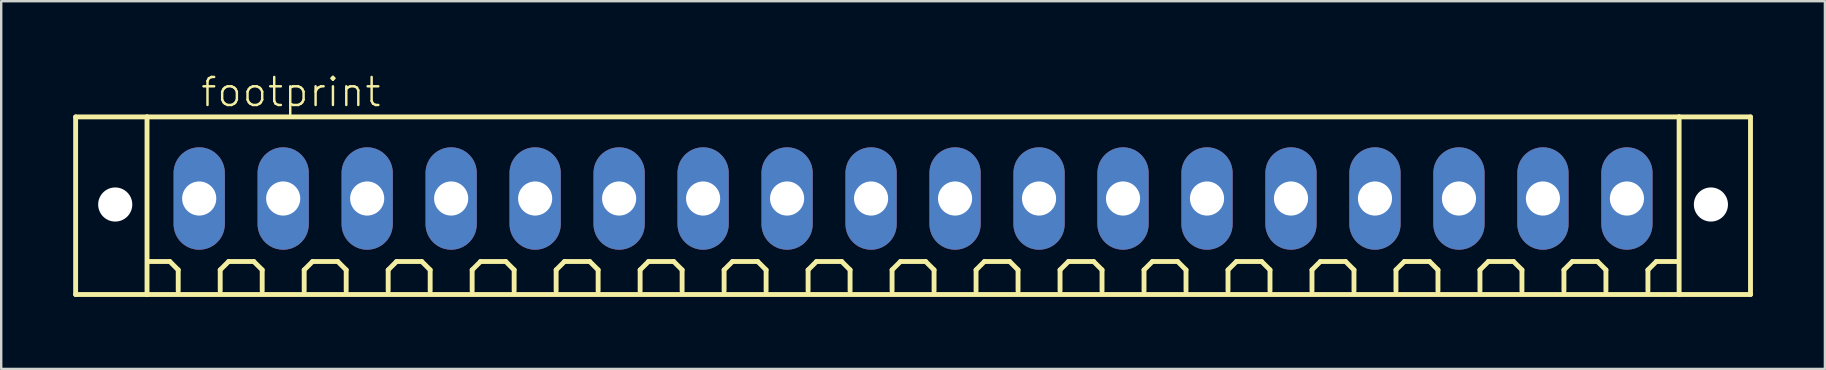
<source format=kicad_pcb>
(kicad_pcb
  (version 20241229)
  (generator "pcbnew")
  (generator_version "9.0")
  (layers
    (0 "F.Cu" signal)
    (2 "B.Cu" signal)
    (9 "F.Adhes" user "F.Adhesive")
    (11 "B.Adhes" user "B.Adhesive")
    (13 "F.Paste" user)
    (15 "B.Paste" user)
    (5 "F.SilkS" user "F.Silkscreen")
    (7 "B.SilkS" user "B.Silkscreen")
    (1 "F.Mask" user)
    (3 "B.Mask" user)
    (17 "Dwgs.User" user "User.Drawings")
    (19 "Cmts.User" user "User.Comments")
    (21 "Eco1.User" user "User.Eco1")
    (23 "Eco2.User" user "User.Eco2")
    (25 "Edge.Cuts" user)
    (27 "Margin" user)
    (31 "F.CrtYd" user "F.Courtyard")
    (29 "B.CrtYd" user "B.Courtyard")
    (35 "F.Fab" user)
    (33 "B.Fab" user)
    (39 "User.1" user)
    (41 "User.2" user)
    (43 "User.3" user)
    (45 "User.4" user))
  (footprint "footprint"
    (layer "F.Cu")
    (at 35.002 5.223)
    (property "Reference" "footprint" (at -29.75 -3.75 0) (layer "F.SilkS") (effects (font (size 1.168 1.168) (thickness 0.102)) (justify left bottom)))
    (fp_line (start -34.9 -3.4) (end -31.925 -3.4) (stroke (width 0.203) (type solid)) (layer "F.SilkS"))
    (fp_line (start -34.9 4) (end -34.9 -3.4) (stroke (width 0.203) (type solid)) (layer "F.SilkS"))
    (fp_line (start -31.925 -3.4) (end 31.925 -3.4) (stroke (width 0.203) (type solid)) (layer "F.SilkS"))
    (fp_line (start -31.925 4) (end -34.9 4) (stroke (width 0.203) (type solid)) (layer "F.SilkS"))
    (fp_line (start -31.925 4) (end -31.925 -3.4) (stroke (width 0.203) (type solid)) (layer "F.SilkS"))
    (fp_line (start -30.975 2.625) (end -31.85 2.625) (stroke (width 0.203) (type solid)) (layer "F.SilkS"))
    (fp_line (start -30.625 2.975) (end -30.975 2.625) (stroke (width 0.203) (type solid)) (layer "F.SilkS"))
    (fp_line (start -30.625 3.85) (end -30.625 2.975) (stroke (width 0.203) (type solid)) (layer "F.SilkS"))
    (fp_line (start -28.875 2.975) (end -28.525 2.625) (stroke (width 0.203) (type solid)) (layer "F.SilkS"))
    (fp_line (start -28.875 3.85) (end -28.875 2.975) (stroke (width 0.203) (type solid)) (layer "F.SilkS"))
    (fp_line (start -28.525 2.625) (end -27.475 2.625) (stroke (width 0.203) (type solid)) (layer "F.SilkS"))
    (fp_line (start -27.475 2.625) (end -27.125 2.975) (stroke (width 0.203) (type solid)) (layer "F.SilkS"))
    (fp_line (start -27.125 2.975) (end -27.125 3.85) (stroke (width 0.203) (type solid)) (layer "F.SilkS"))
    (fp_line (start -25.375 2.975) (end -25.025 2.625) (stroke (width 0.203) (type solid)) (layer "F.SilkS"))
    (fp_line (start -25.375 3.85) (end -25.375 2.975) (stroke (width 0.203) (type solid)) (layer "F.SilkS"))
    (fp_line (start -25.025 2.625) (end -23.975 2.625) (stroke (width 0.203) (type solid)) (layer "F.SilkS"))
    (fp_line (start -23.975 2.625) (end -23.625 2.975) (stroke (width 0.203) (type solid)) (layer "F.SilkS"))
    (fp_line (start -23.625 2.975) (end -23.625 3.85) (stroke (width 0.203) (type solid)) (layer "F.SilkS"))
    (fp_line (start -21.875 2.975) (end -21.525 2.625) (stroke (width 0.203) (type solid)) (layer "F.SilkS"))
    (fp_line (start -21.875 3.85) (end -21.875 2.975) (stroke (width 0.203) (type solid)) (layer "F.SilkS"))
    (fp_line (start -21.525 2.625) (end -20.475 2.625) (stroke (width 0.203) (type solid)) (layer "F.SilkS"))
    (fp_line (start -20.475 2.625) (end -20.125 2.975) (stroke (width 0.203) (type solid)) (layer "F.SilkS"))
    (fp_line (start -20.125 2.975) (end -20.125 3.85) (stroke (width 0.203) (type solid)) (layer "F.SilkS"))
    (fp_line (start -18.375 2.975) (end -18.025 2.625) (stroke (width 0.203) (type solid)) (layer "F.SilkS"))
    (fp_line (start -18.375 3.85) (end -18.375 2.975) (stroke (width 0.203) (type solid)) (layer "F.SilkS"))
    (fp_line (start -18.025 2.625) (end -16.975 2.625) (stroke (width 0.203) (type solid)) (layer "F.SilkS"))
    (fp_line (start -16.975 2.625) (end -16.625 2.975) (stroke (width 0.203) (type solid)) (layer "F.SilkS"))
    (fp_line (start -16.625 2.975) (end -16.625 3.85) (stroke (width 0.203) (type solid)) (layer "F.SilkS"))
    (fp_line (start -14.875 2.975) (end -14.525 2.625) (stroke (width 0.203) (type solid)) (layer "F.SilkS"))
    (fp_line (start -14.875 3.85) (end -14.875 2.975) (stroke (width 0.203) (type solid)) (layer "F.SilkS"))
    (fp_line (start -14.525 2.625) (end -13.475 2.625) (stroke (width 0.203) (type solid)) (layer "F.SilkS"))
    (fp_line (start -13.475 2.625) (end -13.125 2.975) (stroke (width 0.203) (type solid)) (layer "F.SilkS"))
    (fp_line (start -13.125 2.975) (end -13.125 3.85) (stroke (width 0.203) (type solid)) (layer "F.SilkS"))
    (fp_line (start -11.375 2.975) (end -11.025 2.625) (stroke (width 0.203) (type solid)) (layer "F.SilkS"))
    (fp_line (start -11.375 3.85) (end -11.375 2.975) (stroke (width 0.203) (type solid)) (layer "F.SilkS"))
    (fp_line (start -11.025 2.625) (end -9.975 2.625) (stroke (width 0.203) (type solid)) (layer "F.SilkS"))
    (fp_line (start -9.975 2.625) (end -9.625 2.975) (stroke (width 0.203) (type solid)) (layer "F.SilkS"))
    (fp_line (start -9.625 2.975) (end -9.625 3.85) (stroke (width 0.203) (type solid)) (layer "F.SilkS"))
    (fp_line (start -7.875 2.975) (end -7.525 2.625) (stroke (width 0.203) (type solid)) (layer "F.SilkS"))
    (fp_line (start -7.875 3.85) (end -7.875 2.975) (stroke (width 0.203) (type solid)) (layer "F.SilkS"))
    (fp_line (start -7.525 2.625) (end -6.475 2.625) (stroke (width 0.203) (type solid)) (layer "F.SilkS"))
    (fp_line (start -6.475 2.625) (end -6.125 2.975) (stroke (width 0.203) (type solid)) (layer "F.SilkS"))
    (fp_line (start -6.125 2.975) (end -6.125 3.85) (stroke (width 0.203) (type solid)) (layer "F.SilkS"))
    (fp_line (start -4.375 2.975) (end -4.025 2.625) (stroke (width 0.203) (type solid)) (layer "F.SilkS"))
    (fp_line (start -4.375 3.85) (end -4.375 2.975) (stroke (width 0.203) (type solid)) (layer "F.SilkS"))
    (fp_line (start -4.025 2.625) (end -2.975 2.625) (stroke (width 0.203) (type solid)) (layer "F.SilkS"))
    (fp_line (start -2.975 2.625) (end -2.625 2.975) (stroke (width 0.203) (type solid)) (layer "F.SilkS"))
    (fp_line (start -2.625 2.975) (end -2.625 3.85) (stroke (width 0.203) (type solid)) (layer "F.SilkS"))
    (fp_line (start -0.875 2.975) (end -0.525 2.625) (stroke (width 0.203) (type solid)) (layer "F.SilkS"))
    (fp_line (start -0.875 3.85) (end -0.875 2.975) (stroke (width 0.203) (type solid)) (layer "F.SilkS"))
    (fp_line (start -0.525 2.625) (end 0.525 2.625) (stroke (width 0.203) (type solid)) (layer "F.SilkS"))
    (fp_line (start 0.525 2.625) (end 0.875 2.975) (stroke (width 0.203) (type solid)) (layer "F.SilkS"))
    (fp_line (start 0.875 2.975) (end 0.875 3.85) (stroke (width 0.203) (type solid)) (layer "F.SilkS"))
    (fp_line (start 2.625 2.975) (end 2.975 2.625) (stroke (width 0.203) (type solid)) (layer "F.SilkS"))
    (fp_line (start 2.625 3.85) (end 2.625 2.975) (stroke (width 0.203) (type solid)) (layer "F.SilkS"))
    (fp_line (start 2.975 2.625) (end 4.025 2.625) (stroke (width 0.203) (type solid)) (layer "F.SilkS"))
    (fp_line (start 4.025 2.625) (end 4.375 2.975) (stroke (width 0.203) (type solid)) (layer "F.SilkS"))
    (fp_line (start 4.375 2.975) (end 4.375 3.85) (stroke (width 0.203) (type solid)) (layer "F.SilkS"))
    (fp_line (start 6.125 2.975) (end 6.475 2.625) (stroke (width 0.203) (type solid)) (layer "F.SilkS"))
    (fp_line (start 6.125 3.85) (end 6.125 2.975) (stroke (width 0.203) (type solid)) (layer "F.SilkS"))
    (fp_line (start 6.475 2.625) (end 7.525 2.625) (stroke (width 0.203) (type solid)) (layer "F.SilkS"))
    (fp_line (start 7.525 2.625) (end 7.875 2.975) (stroke (width 0.203) (type solid)) (layer "F.SilkS"))
    (fp_line (start 7.875 2.975) (end 7.875 3.85) (stroke (width 0.203) (type solid)) (layer "F.SilkS"))
    (fp_line (start 9.625 2.975) (end 9.975 2.625) (stroke (width 0.203) (type solid)) (layer "F.SilkS"))
    (fp_line (start 9.625 3.85) (end 9.625 2.975) (stroke (width 0.203) (type solid)) (layer "F.SilkS"))
    (fp_line (start 9.975 2.625) (end 11.025 2.625) (stroke (width 0.203) (type solid)) (layer "F.SilkS"))
    (fp_line (start 11.025 2.625) (end 11.375 2.975) (stroke (width 0.203) (type solid)) (layer "F.SilkS"))
    (fp_line (start 11.375 2.975) (end 11.375 3.85) (stroke (width 0.203) (type solid)) (layer "F.SilkS"))
    (fp_line (start 13.125 2.975) (end 13.475 2.625) (stroke (width 0.203) (type solid)) (layer "F.SilkS"))
    (fp_line (start 13.125 3.85) (end 13.125 2.975) (stroke (width 0.203) (type solid)) (layer "F.SilkS"))
    (fp_line (start 13.475 2.625) (end 14.525 2.625) (stroke (width 0.203) (type solid)) (layer "F.SilkS"))
    (fp_line (start 14.525 2.625) (end 14.875 2.975) (stroke (width 0.203) (type solid)) (layer "F.SilkS"))
    (fp_line (start 14.875 2.975) (end 14.875 3.85) (stroke (width 0.203) (type solid)) (layer "F.SilkS"))
    (fp_line (start 16.625 2.975) (end 16.975 2.625) (stroke (width 0.203) (type solid)) (layer "F.SilkS"))
    (fp_line (start 16.625 3.85) (end 16.625 2.975) (stroke (width 0.203) (type solid)) (layer "F.SilkS"))
    (fp_line (start 16.975 2.625) (end 18.025 2.625) (stroke (width 0.203) (type solid)) (layer "F.SilkS"))
    (fp_line (start 18.025 2.625) (end 18.375 2.975) (stroke (width 0.203) (type solid)) (layer "F.SilkS"))
    (fp_line (start 18.375 2.975) (end 18.375 3.85) (stroke (width 0.203) (type solid)) (layer "F.SilkS"))
    (fp_line (start 20.125 2.975) (end 20.475 2.625) (stroke (width 0.203) (type solid)) (layer "F.SilkS"))
    (fp_line (start 20.125 3.85) (end 20.125 2.975) (stroke (width 0.203) (type solid)) (layer "F.SilkS"))
    (fp_line (start 20.475 2.625) (end 21.525 2.625) (stroke (width 0.203) (type solid)) (layer "F.SilkS"))
    (fp_line (start 21.525 2.625) (end 21.875 2.975) (stroke (width 0.203) (type solid)) (layer "F.SilkS"))
    (fp_line (start 21.875 2.975) (end 21.875 3.85) (stroke (width 0.203) (type solid)) (layer "F.SilkS"))
    (fp_line (start 23.625 2.975) (end 23.975 2.625) (stroke (width 0.203) (type solid)) (layer "F.SilkS"))
    (fp_line (start 23.625 3.85) (end 23.625 2.975) (stroke (width 0.203) (type solid)) (layer "F.SilkS"))
    (fp_line (start 23.975 2.625) (end 25.025 2.625) (stroke (width 0.203) (type solid)) (layer "F.SilkS"))
    (fp_line (start 25.025 2.625) (end 25.375 2.975) (stroke (width 0.203) (type solid)) (layer "F.SilkS"))
    (fp_line (start 25.375 2.975) (end 25.375 3.85) (stroke (width 0.203) (type solid)) (layer "F.SilkS"))
    (fp_line (start 27.125 2.975) (end 27.475 2.625) (stroke (width 0.203) (type solid)) (layer "F.SilkS"))
    (fp_line (start 27.125 3.85) (end 27.125 2.975) (stroke (width 0.203) (type solid)) (layer "F.SilkS"))
    (fp_line (start 27.475 2.625) (end 28.525 2.625) (stroke (width 0.203) (type solid)) (layer "F.SilkS"))
    (fp_line (start 28.525 2.625) (end 28.875 2.975) (stroke (width 0.203) (type solid)) (layer "F.SilkS"))
    (fp_line (start 28.875 2.975) (end 28.875 3.85) (stroke (width 0.203) (type solid)) (layer "F.SilkS"))
    (fp_line (start 30.625 2.975) (end 30.975 2.625) (stroke (width 0.203) (type solid)) (layer "F.SilkS"))
    (fp_line (start 30.625 3.85) (end 30.625 2.975) (stroke (width 0.203) (type solid)) (layer "F.SilkS"))
    (fp_line (start 30.975 2.625) (end 31.85 2.625) (stroke (width 0.203) (type solid)) (layer "F.SilkS"))
    (fp_line (start 31.925 -3.4) (end 31.925 4) (stroke (width 0.203) (type solid)) (layer "F.SilkS"))
    (fp_line (start 31.925 -3.4) (end 34.9 -3.4) (stroke (width 0.203) (type solid)) (layer "F.SilkS"))
    (fp_line (start 31.925 4) (end -31.925 4) (stroke (width 0.203) (type solid)) (layer "F.SilkS"))
    (fp_line (start 34.9 -3.4) (end 34.9 4) (stroke (width 0.203) (type solid)) (layer "F.SilkS"))
    (fp_line (start 34.9 4) (end 31.925 4) (stroke (width 0.203) (type solid)) (layer "F.SilkS"))
    (pad "" np_thru_hole circle (at -33.25 0.25) (size 1.422 1.422) (drill 1.422) (layers "*.Cu" "*.Mask"))
    (pad "" np_thru_hole circle (at 33.25 0.25) (size 1.422 1.422) (drill 1.422) (layers "*.Cu" "*.Mask"))
    (pad "1" thru_hole oval (at -29.75 0 90) (size 4.267 2.134) (drill 1.422) (layers "*.Cu" "*.Mask"))
    (pad "2" thru_hole oval (at -26.25 0 90) (size 4.267 2.134) (drill 1.422) (layers "*.Cu" "*.Mask"))
    (pad "3" thru_hole oval (at -22.75 0 90) (size 4.267 2.134) (drill 1.422) (layers "*.Cu" "*.Mask"))
    (pad "4" thru_hole oval (at -19.25 0 90) (size 4.267 2.134) (drill 1.422) (layers "*.Cu" "*.Mask"))
    (pad "5" thru_hole oval (at -15.75 0 90) (size 4.267 2.134) (drill 1.422) (layers "*.Cu" "*.Mask"))
    (pad "6" thru_hole oval (at -12.25 0 90) (size 4.267 2.134) (drill 1.422) (layers "*.Cu" "*.Mask"))
    (pad "7" thru_hole oval (at -8.75 0 90) (size 4.267 2.134) (drill 1.422) (layers "*.Cu" "*.Mask"))
    (pad "8" thru_hole oval (at -5.25 0 90) (size 4.267 2.134) (drill 1.422) (layers "*.Cu" "*.Mask"))
    (pad "9" thru_hole oval (at -1.75 0 90) (size 4.267 2.134) (drill 1.422) (layers "*.Cu" "*.Mask"))
    (pad "10" thru_hole oval (at 1.75 0 90) (size 4.267 2.134) (drill 1.422) (layers "*.Cu" "*.Mask"))
    (pad "11" thru_hole oval (at 5.25 0 90) (size 4.267 2.134) (drill 1.422) (layers "*.Cu" "*.Mask"))
    (pad "12" thru_hole oval (at 8.75 0 90) (size 4.267 2.134) (drill 1.422) (layers "*.Cu" "*.Mask"))
    (pad "13" thru_hole oval (at 12.25 0 90) (size 4.267 2.134) (drill 1.422) (layers "*.Cu" "*.Mask"))
    (pad "14" thru_hole oval (at 15.75 0 90) (size 4.267 2.134) (drill 1.422) (layers "*.Cu" "*.Mask"))
    (pad "15" thru_hole oval (at 19.25 0 90) (size 4.267 2.134) (drill 1.422) (layers "*.Cu" "*.Mask"))
    (pad "16" thru_hole oval (at 22.75 0 90) (size 4.267 2.134) (drill 1.422) (layers "*.Cu" "*.Mask"))
    (pad "17" thru_hole oval (at 26.25 0 90) (size 4.267 2.134) (drill 1.422) (layers "*.Cu" "*.Mask"))
    (pad "18" thru_hole oval (at 29.75 0 90) (size 4.267 2.134) (drill 1.422) (layers "*.Cu" "*.Mask")))
  (gr_rect
    (start -3 -3)
    (end 73.003 12.325)
    (stroke (width 0.1) (type default))
    (fill no)
    (layer "Edge.Cuts")))
</source>
